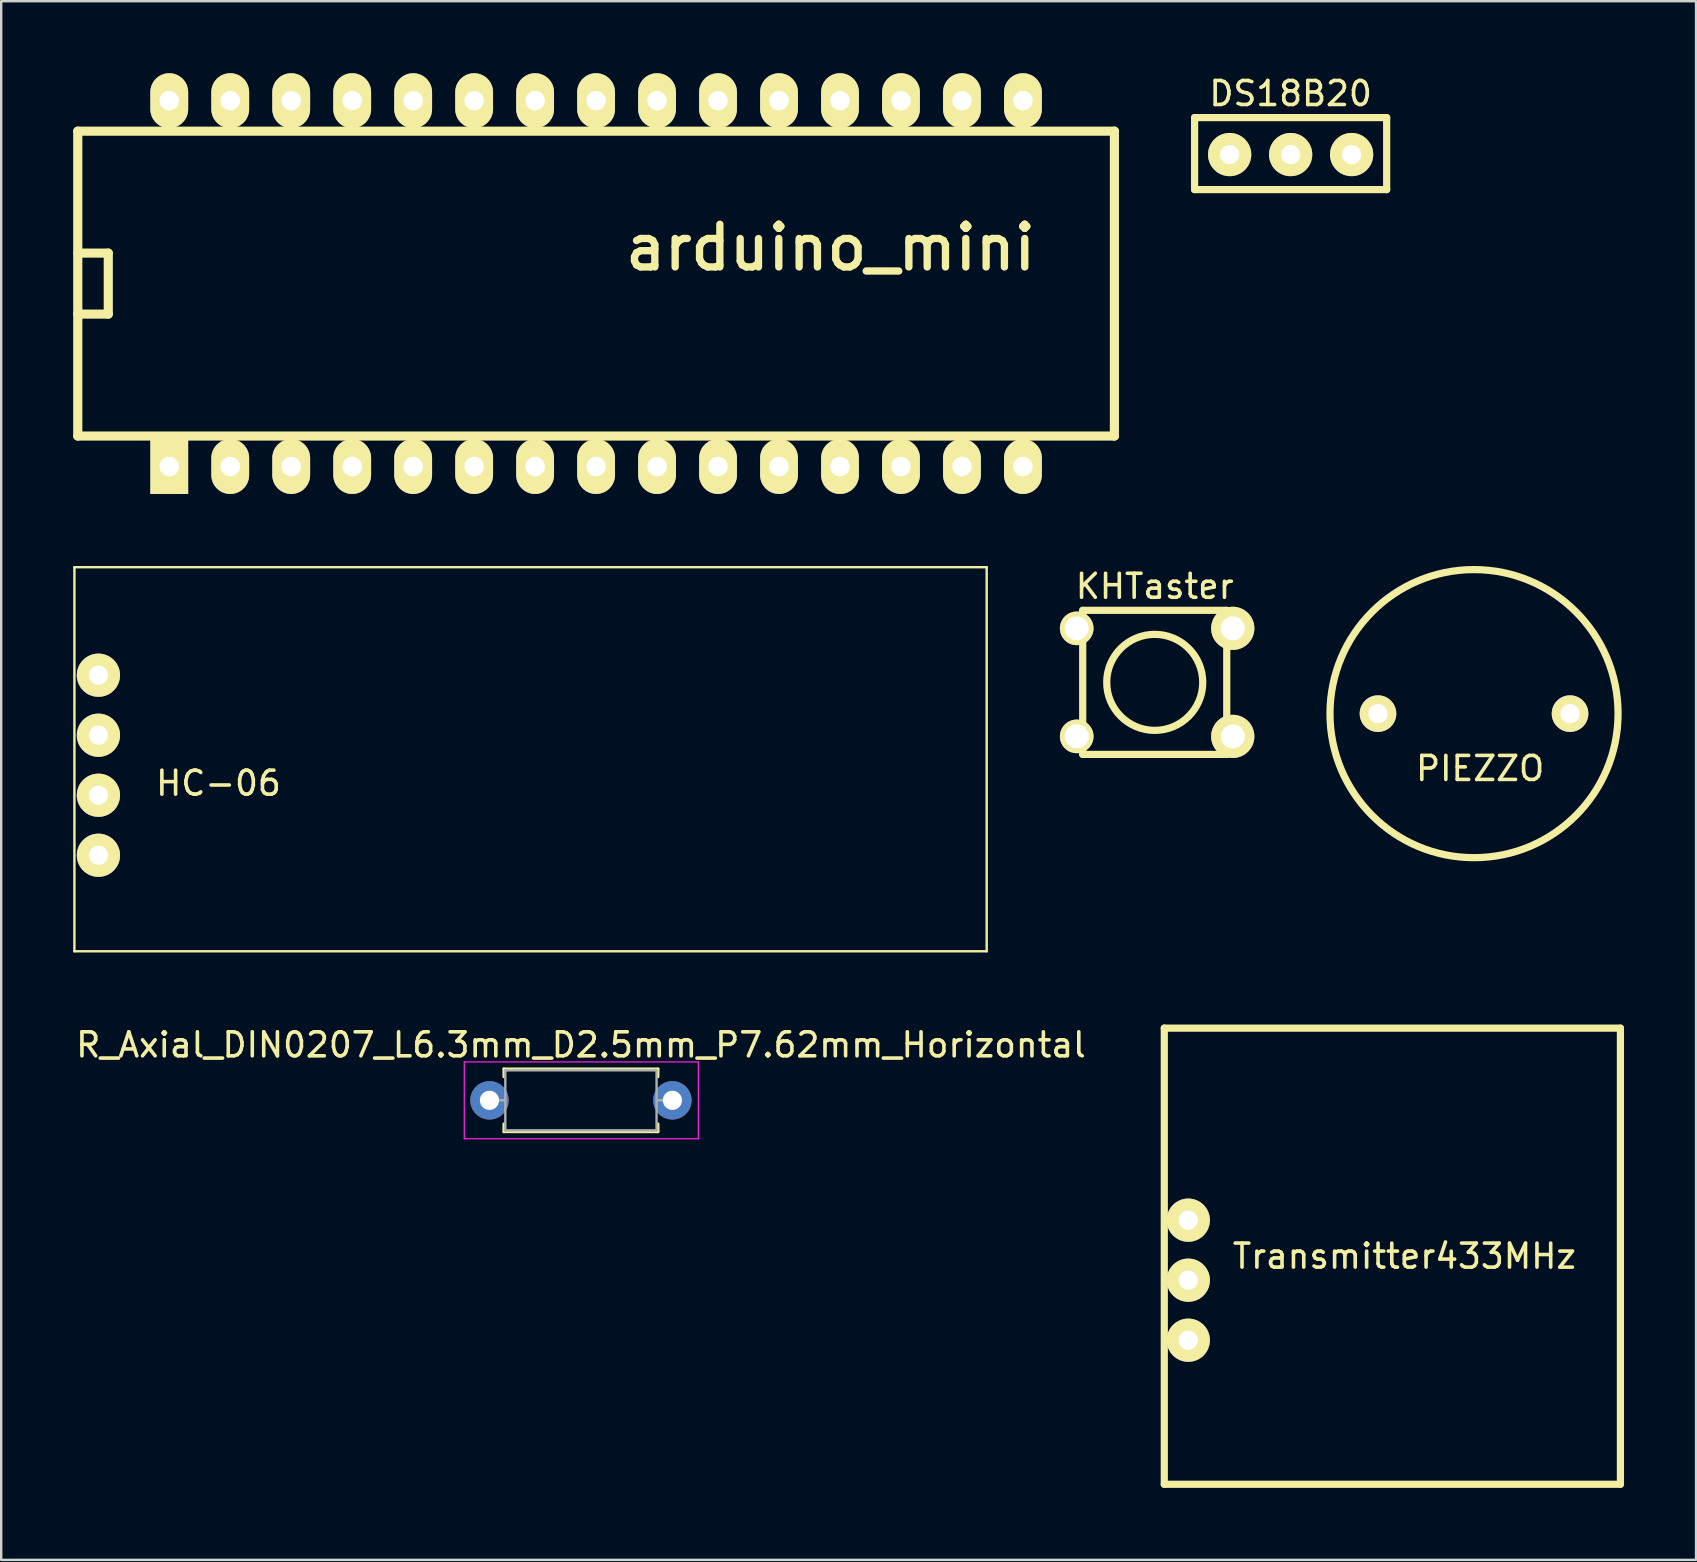
<source format=kicad_pcb>
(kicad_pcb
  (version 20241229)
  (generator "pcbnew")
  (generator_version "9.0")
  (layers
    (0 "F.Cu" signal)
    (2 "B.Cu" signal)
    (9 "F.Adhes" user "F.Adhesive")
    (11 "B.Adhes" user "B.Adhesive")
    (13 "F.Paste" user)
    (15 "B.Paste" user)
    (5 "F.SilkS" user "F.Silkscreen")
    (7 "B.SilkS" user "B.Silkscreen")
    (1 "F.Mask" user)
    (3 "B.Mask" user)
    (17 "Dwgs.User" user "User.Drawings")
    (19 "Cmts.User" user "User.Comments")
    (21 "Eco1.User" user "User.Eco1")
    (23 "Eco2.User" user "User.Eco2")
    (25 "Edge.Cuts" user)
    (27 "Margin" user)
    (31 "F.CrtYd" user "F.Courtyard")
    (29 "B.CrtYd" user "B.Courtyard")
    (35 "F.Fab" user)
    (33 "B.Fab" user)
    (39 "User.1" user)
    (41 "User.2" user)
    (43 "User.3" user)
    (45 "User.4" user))
  (footprint "arduino_mini"
    (layer "F.Cu")
    (at 23.05 8.763)
    (property "Reference" "arduino_mini" (at 8.5 -1.5 0) (layer "F.SilkS") (effects (font (size 1.778 1.778) (thickness 0.305))))
    (attr through_hole)
    (fp_line (start -22.86 -6.35) (end 20.32 -6.35) (stroke (width 0.381) (type solid)) (layer "F.SilkS"))
    (fp_line (start -22.86 1.27) (end -21.59 1.27) (stroke (width 0.381) (type solid)) (layer "F.SilkS"))
    (fp_line (start -22.86 6.35) (end -22.86 -6.35) (stroke (width 0.381) (type solid)) (layer "F.SilkS"))
    (fp_line (start -21.59 -1.27) (end -22.86 -1.27) (stroke (width 0.381) (type solid)) (layer "F.SilkS"))
    (fp_line (start -21.59 1.27) (end -21.59 -1.27) (stroke (width 0.381) (type solid)) (layer "F.SilkS"))
    (fp_line (start 20.32 -6.35) (end 20.32 6.35) (stroke (width 0.381) (type solid)) (layer "F.SilkS"))
    (fp_line (start 20.32 6.35) (end -22.86 6.35) (stroke (width 0.381) (type solid)) (layer "F.SilkS"))
    (pad "1" thru_hole rect (at -19.05 7.62) (size 1.575 2.286) (drill 0.813) (layers "*.Cu" "*.Mask" "F.SilkS"))
    (pad "2" thru_hole oval (at -16.51 7.62) (size 1.575 2.286) (drill 0.813) (layers "*.Cu" "*.Mask" "F.SilkS"))
    (pad "3" thru_hole oval (at -13.97 7.62) (size 1.575 2.286) (drill 0.813) (layers "*.Cu" "*.Mask" "F.SilkS"))
    (pad "4" thru_hole oval (at -11.43 7.62) (size 1.575 2.286) (drill 0.813) (layers "*.Cu" "*.Mask" "F.SilkS"))
    (pad "5" thru_hole oval (at -8.89 7.62) (size 1.575 2.286) (drill 0.813) (layers "*.Cu" "*.Mask" "F.SilkS"))
    (pad "6" thru_hole oval (at -6.35 7.62) (size 1.575 2.286) (drill 0.813) (layers "*.Cu" "*.Mask" "F.SilkS"))
    (pad "7" thru_hole oval (at -3.81 7.62) (size 1.575 2.286) (drill 0.813) (layers "*.Cu" "*.Mask" "F.SilkS"))
    (pad "8" thru_hole oval (at -1.27 7.62) (size 1.575 2.286) (drill 0.813) (layers "*.Cu" "*.Mask" "F.SilkS"))
    (pad "9" thru_hole oval (at 1.27 7.62) (size 1.575 2.286) (drill 0.813) (layers "*.Cu" "*.Mask" "F.SilkS"))
    (pad "10" thru_hole oval (at 3.81 7.62) (size 1.575 2.286) (drill 0.813) (layers "*.Cu" "*.Mask" "F.SilkS"))
    (pad "11" thru_hole oval (at 6.35 7.62) (size 1.575 2.286) (drill 0.813) (layers "*.Cu" "*.Mask" "F.SilkS"))
    (pad "12" thru_hole oval (at 8.89 7.62) (size 1.575 2.286) (drill 0.813) (layers "*.Cu" "*.Mask" "F.SilkS"))
    (pad "13" thru_hole oval (at 11.43 7.62) (size 1.575 2.286) (drill 0.813) (layers "*.Cu" "*.Mask" "F.SilkS"))
    (pad "14" thru_hole oval (at 13.97 7.62) (size 1.575 2.286) (drill 0.813) (layers "*.Cu" "*.Mask" "F.SilkS"))
    (pad "15" thru_hole oval (at 16.51 7.62) (size 1.575 2.286) (drill 0.813) (layers "*.Cu" "*.Mask" "F.SilkS"))
    (pad "16" thru_hole oval (at 16.51 -7.62) (size 1.575 2.286) (drill 0.813) (layers "*.Cu" "*.Mask" "F.SilkS"))
    (pad "17" thru_hole oval (at 13.97 -7.62) (size 1.575 2.286) (drill 0.813) (layers "*.Cu" "*.Mask" "F.SilkS"))
    (pad "18" thru_hole oval (at 11.43 -7.62) (size 1.575 2.286) (drill 0.813) (layers "*.Cu" "*.Mask" "F.SilkS"))
    (pad "19" thru_hole oval (at 8.89 -7.62) (size 1.575 2.286) (drill 0.813) (layers "*.Cu" "*.Mask" "F.SilkS"))
    (pad "20" thru_hole oval (at 6.35 -7.62) (size 1.575 2.286) (drill 0.813) (layers "*.Cu" "*.Mask" "F.SilkS"))
    (pad "21" thru_hole oval (at 3.81 -7.62) (size 1.575 2.286) (drill 0.813) (layers "*.Cu" "*.Mask" "F.SilkS"))
    (pad "22" thru_hole oval (at 1.27 -7.62) (size 1.575 2.286) (drill 0.813) (layers "*.Cu" "*.Mask" "F.SilkS"))
    (pad "23" thru_hole oval (at -1.27 -7.62) (size 1.575 2.286) (drill 0.813) (layers "*.Cu" "*.Mask" "F.SilkS"))
    (pad "24" thru_hole oval (at -3.81 -7.62) (size 1.575 2.286) (drill 0.813) (layers "*.Cu" "*.Mask" "F.SilkS"))
    (pad "25" thru_hole oval (at -6.35 -7.62) (size 1.575 2.286) (drill 0.813) (layers "*.Cu" "*.Mask" "F.SilkS"))
    (pad "26" thru_hole oval (at -8.89 -7.62) (size 1.575 2.286) (drill 0.813) (layers "*.Cu" "*.Mask" "F.SilkS"))
    (pad "27" thru_hole oval (at -11.43 -7.62) (size 1.575 2.286) (drill 0.813) (layers "*.Cu" "*.Mask" "F.SilkS"))
    (pad "28" thru_hole oval (at -13.97 -7.62) (size 1.575 2.286) (drill 0.813) (layers "*.Cu" "*.Mask" "F.SilkS"))
    (pad "29" thru_hole oval (at -16.51 -7.62) (size 1.575 2.286) (drill 0.813) (layers "*.Cu" "*.Mask" "F.SilkS"))
    (pad "30" thru_hole oval (at -19.05 -7.62) (size 1.575 2.286) (drill 0.813) (layers "*.Cu" "*.Mask" "F.SilkS")))
  (footprint "HC-06"
    (layer "F.Cu")
    (at 1.05 27.576)
    (property "Reference" "HC-06" (at 5 2 0) (layer "F.SilkS") (effects (font (size 1 1) (thickness 0.15))))
    (attr through_hole)
    (fp_line (start -1 -7) (end -1 9) (stroke (width 0.1) (type solid)) (layer "F.SilkS"))
    (fp_line (start -1 -7) (end 37 -7) (stroke (width 0.1) (type solid)) (layer "F.SilkS"))
    (fp_line (start -1 9) (end 37 9) (stroke (width 0.1) (type solid)) (layer "F.SilkS"))
    (fp_line (start 37 -7) (end 37 9) (stroke (width 0.1) (type solid)) (layer "F.SilkS"))
    (pad "1" thru_hole circle (at 0 -2.5) (size 1.8 1.8) (drill 0.8) (layers "*.Cu" "*.Mask" "F.SilkS"))
    (pad "2" thru_hole circle (at 0 0) (size 1.8 1.8) (drill 0.8) (layers "*.Cu" "*.Mask" "F.SilkS"))
    (pad "3" thru_hole circle (at 0 2.5) (size 1.8 1.8) (drill 0.8) (layers "*.Cu" "*.Mask" "F.SilkS"))
    (pad "4" thru_hole circle (at 0 5) (size 1.8 1.8) (drill 0.8) (layers "*.Cu" "*.Mask" "F.SilkS")))
  (footprint "PIEZZO"
    (layer "F.Cu")
    (at 58.35 26.676)
    (property "Reference" "PIEZZO" (at 0.254 2.286 0) (layer "F.SilkS") (effects (font (size 1 1) (thickness 0.15))))
    (attr through_hole)
    (fp_circle (center 0 0) (end 6 0) (stroke (width 0.3) (type solid)) (fill no) (layer "F.SilkS"))
    (pad "1" thru_hole circle (at 4 0) (size 1.524 1.524) (drill 0.8) (layers "*.Cu" "*.Mask" "F.SilkS"))
    (pad "2" thru_hole circle (at -4 0) (size 1.524 1.524) (drill 0.8) (layers "*.Cu" "*.Mask" "F.SilkS")))
  (footprint "Transmitter433MHz"
    (layer "F.Cu")
    (at 46.448 45.276)
    (property "Reference" "Transmitter433MHz" (at 9 4 0) (layer "F.SilkS") (effects (font (size 1 1) (thickness 0.15))))
    (attr through_hole)
    (fp_line (start -1 -5.5) (end -1 13.5) (stroke (width 0.3) (type solid)) (layer "F.SilkS"))
    (fp_line (start -1 13.5) (end 18 13.5) (stroke (width 0.3) (type solid)) (layer "F.SilkS"))
    (fp_line (start 18 -5.5) (end -1 -5.5) (stroke (width 0.3) (type solid)) (layer "F.SilkS"))
    (fp_line (start 18 13.5) (end 18 -5.5) (stroke (width 0.3) (type solid)) (layer "F.SilkS"))
    (pad "1" thru_hole circle (at 0 7.5) (size 1.8 1.8) (drill 0.8) (layers "*.Cu" "*.Mask" "F.SilkS"))
    (pad "2" thru_hole circle (at 0 5) (size 1.8 1.8) (drill 0.8) (layers "*.Cu" "*.Mask" "F.SilkS"))
    (pad "3" thru_hole circle (at 0 2.5) (size 1.8 1.8) (drill 0.8) (layers "*.Cu" "*.Mask" "F.SilkS")))
  (footprint "KHTaster"
    (layer "F.Cu")
    (at 45.05 25.374)
    (property "Reference" "KHTaster" (at 0 -4 0) (layer "F.SilkS") (effects (font (size 1 1) (thickness 0.15))))
    (attr through_hole)
    (fp_line (start -3 -3) (end -3 3) (stroke (width 0.3) (type solid)) (layer "F.SilkS"))
    (fp_line (start -3 3) (end 3 3) (stroke (width 0.3) (type solid)) (layer "F.SilkS"))
    (fp_line (start 3 -3) (end -3 -3) (stroke (width 0.3) (type solid)) (layer "F.SilkS"))
    (fp_line (start 3 3) (end 3 -3) (stroke (width 0.3) (type solid)) (layer "F.SilkS"))
    (fp_circle (center 0 0) (end 0 -2) (stroke (width 0.3) (type solid)) (fill no) (layer "F.SilkS"))
    (pad "1" thru_hole circle (at 3.25 2.25) (size 1.8 1.8) (drill 1) (layers "*.Cu" "*.Mask" "F.SilkS"))
    (pad "2" thru_hole circle (at 3.25 -2.25) (size 1.8 1.8) (drill 1) (layers "*.Cu" "*.Mask" "F.SilkS"))
    (pad "3" thru_hole circle (at -3.25 -2.25) (size 1.4 1.4) (drill 1) (layers "*.Cu" "*.Mask" "F.SilkS"))
    (pad "4" thru_hole circle (at -3.25 2.25) (size 1.4 1.4) (drill 1) (layers "*.Cu" "*.Mask" "F.SilkS")))
  (footprint "DS18B20"
    (layer "F.Cu")
    (at 50.711 0.848)
    (property "Reference" "DS18B20" (at 0 0 0) (layer "F.SilkS") (effects (font (size 1 1) (thickness 0.15))))
    (attr through_hole)
    (fp_line (start -4 1) (end 4 1) (stroke (width 0.3) (type solid)) (layer "F.SilkS"))
    (fp_line (start -4 4) (end -4 1) (stroke (width 0.3) (type solid)) (layer "F.SilkS"))
    (fp_line (start 4 1) (end 4 4) (stroke (width 0.3) (type solid)) (layer "F.SilkS"))
    (fp_line (start 4 4) (end -4 4) (stroke (width 0.3) (type solid)) (layer "F.SilkS"))
    (pad "1" thru_hole circle (at 2.54 2.54) (size 1.8 1.8) (drill 0.8) (layers "*.Cu" "*.Mask" "F.SilkS"))
    (pad "2" thru_hole circle (at 0 2.54) (size 1.8 1.8) (drill 0.8) (layers "*.Cu" "*.Mask" "F.SilkS"))
    (pad "3" thru_hole circle (at -2.54 2.54) (size 1.8 1.8) (drill 0.8) (layers "*.Cu" "*.Mask" "F.SilkS")))
  (footprint "R_Axial_DIN0207_L6.3mm_D2.5mm_P7.62mm_Horizontal"
    (layer "F.Cu")
    (at 17.339 42.784)
    (property "Reference" "R_Axial_DIN0207_L6.3mm_D2.5mm_P7.62mm_Horizontal" (at 3.81 -2.31 0) (layer "F.SilkS") (effects (font (size 1 1) (thickness 0.15))))
    (attr through_hole)
    (fp_line (start 0.6 -1.31) (end 7.02 -1.31) (stroke (width 0.12) (type solid)) (layer "F.SilkS"))
    (fp_line (start 0.6 -0.98) (end 0.6 -1.31) (stroke (width 0.12) (type solid)) (layer "F.SilkS"))
    (fp_line (start 0.6 0.98) (end 0.6 1.31) (stroke (width 0.12) (type solid)) (layer "F.SilkS"))
    (fp_line (start 0.6 1.31) (end 7.02 1.31) (stroke (width 0.12) (type solid)) (layer "F.SilkS"))
    (fp_line (start 7.02 -1.31) (end 7.02 -0.98) (stroke (width 0.12) (type solid)) (layer "F.SilkS"))
    (fp_line (start 7.02 1.31) (end 7.02 0.98) (stroke (width 0.12) (type solid)) (layer "F.SilkS"))
    (fp_line (start -1.05 -1.6) (end -1.05 1.6) (stroke (width 0.05) (type solid)) (layer "F.CrtYd"))
    (fp_line (start -1.05 1.6) (end 8.7 1.6) (stroke (width 0.05) (type solid)) (layer "F.CrtYd"))
    (fp_line (start 8.7 -1.6) (end -1.05 -1.6) (stroke (width 0.05) (type solid)) (layer "F.CrtYd"))
    (fp_line (start 8.7 1.6) (end 8.7 -1.6) (stroke (width 0.05) (type solid)) (layer "F.CrtYd"))
    (fp_line (start 0 0) (end 0.66 0) (stroke (width 0.1) (type solid)) (layer "F.Fab"))
    (fp_line (start 0.66 -1.25) (end 0.66 1.25) (stroke (width 0.1) (type solid)) (layer "F.Fab"))
    (fp_line (start 0.66 1.25) (end 6.96 1.25) (stroke (width 0.1) (type solid)) (layer "F.Fab"))
    (fp_line (start 6.96 -1.25) (end 0.66 -1.25) (stroke (width 0.1) (type solid)) (layer "F.Fab"))
    (fp_line (start 6.96 1.25) (end 6.96 -1.25) (stroke (width 0.1) (type solid)) (layer "F.Fab"))
    (fp_line (start 7.62 0) (end 6.96 0) (stroke (width 0.1) (type solid)) (layer "F.Fab"))
    (pad "1" thru_hole circle (at 0 0) (size 1.6 1.6) (drill 0.8) (layers "*.Cu" "*.Mask"))
    (pad "2" thru_hole oval (at 7.62 0) (size 1.6 1.6) (drill 0.8) (layers "*.Cu" "*.Mask")))
  (gr_rect
    (start -3 -3)
    (end 67.598 61.926)
    (stroke (width 0.1) (type default))
    (fill no)
    (layer "Edge.Cuts")))
</source>
